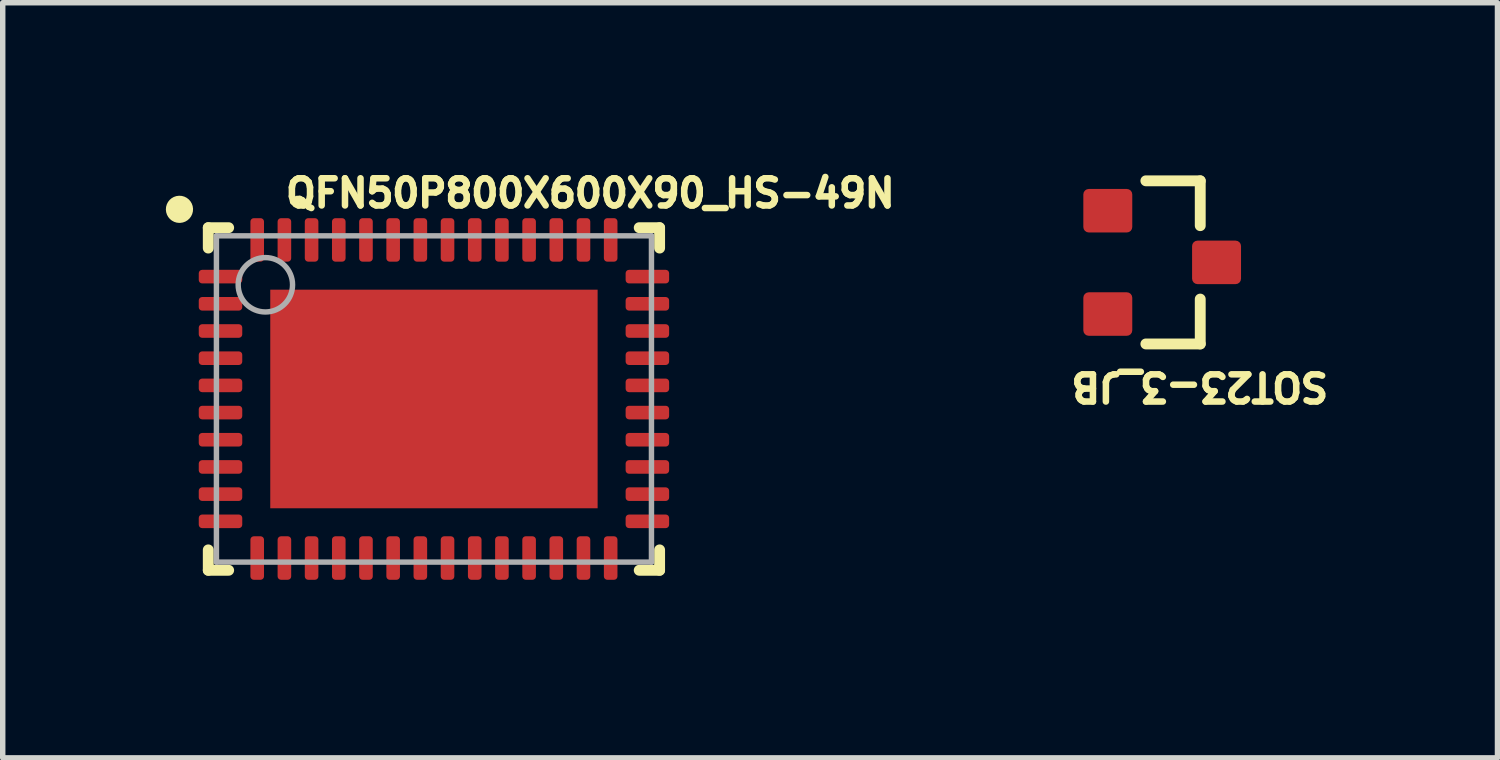
<source format=kicad_pcb>
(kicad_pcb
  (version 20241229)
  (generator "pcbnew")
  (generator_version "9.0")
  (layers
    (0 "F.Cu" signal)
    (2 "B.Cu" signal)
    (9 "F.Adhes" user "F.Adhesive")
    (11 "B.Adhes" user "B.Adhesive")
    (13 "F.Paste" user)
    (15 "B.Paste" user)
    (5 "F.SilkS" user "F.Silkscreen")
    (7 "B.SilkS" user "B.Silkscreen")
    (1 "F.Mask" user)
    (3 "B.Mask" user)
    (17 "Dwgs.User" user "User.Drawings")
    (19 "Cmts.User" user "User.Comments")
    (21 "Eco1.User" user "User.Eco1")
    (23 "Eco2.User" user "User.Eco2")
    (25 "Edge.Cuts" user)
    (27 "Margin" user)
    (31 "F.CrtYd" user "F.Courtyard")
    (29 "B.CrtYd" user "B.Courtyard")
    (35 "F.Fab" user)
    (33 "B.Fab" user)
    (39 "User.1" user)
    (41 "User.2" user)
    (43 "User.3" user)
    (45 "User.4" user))
  (footprint "QFN50P800X600X90_HS-49N"
    (layer "F.Cu")
    (at 4.93 4.287)
    (property "Reference" "QFN50P800X600X90_HS-49N" (at 2.876 -3.784 0) (unlocked yes) (layer "F.SilkS") (effects (font (size 0.5 0.5) (thickness 0.12))))
    (fp_line (start -4.15 -3.15) (end -4.15 -2.775) (stroke (width 0.2) (type solid)) (layer "F.SilkS"))
    (fp_line (start -4.15 -3.15) (end -3.775 -3.15) (stroke (width 0.2) (type solid)) (layer "F.SilkS"))
    (fp_line (start -4.15 2.775) (end -4.15 3.15) (stroke (width 0.2) (type solid)) (layer "F.SilkS"))
    (fp_line (start -4.15 3.15) (end -3.775 3.15) (stroke (width 0.2) (type solid)) (layer "F.SilkS"))
    (fp_line (start 3.775 -3.15) (end 4.15 -3.15) (stroke (width 0.2) (type solid)) (layer "F.SilkS"))
    (fp_line (start 3.775 3.15) (end 4.15 3.15) (stroke (width 0.2) (type solid)) (layer "F.SilkS"))
    (fp_line (start 4.15 -3.15) (end 4.15 -2.775) (stroke (width 0.2) (type solid)) (layer "F.SilkS"))
    (fp_line (start 4.15 2.775) (end 4.15 3.15) (stroke (width 0.2) (type solid)) (layer "F.SilkS"))
    (fp_arc (start -4.67992 -3.36261) (mid -4.683512 -3.612558) (end -4.672738 -3.362816) (stroke (width 0.25) (type solid)) (layer "F.SilkS"))
    (fp_line (start -4 -3) (end -4 3) (stroke (width 0.1) (type solid)) (layer "F.Fab"))
    (fp_line (start -4 -3) (end 4 -3) (stroke (width 0.1) (type solid)) (layer "F.Fab"))
    (fp_line (start -4 3) (end 4 3) (stroke (width 0.1) (type solid)) (layer "F.Fab"))
    (fp_line (start 4 -3) (end 4 3) (stroke (width 0.1) (type solid)) (layer "F.Fab"))
    (fp_circle (center -3.1 -2.1) (end -2.6 -2.1) (stroke (width 0.1) (type solid)) (fill no) (layer "F.Fab"))
    (fp_line (start -4.575 -3.575) (end -4.575 3.575) (stroke (width 0.05) (type solid)) (layer "User.13"))
    (fp_line (start -4.575 -3.575) (end 4.575 -3.575) (stroke (width 0.05) (type solid)) (layer "User.13"))
    (fp_line (start -4.575 3.575) (end 4.575 3.575) (stroke (width 0.05) (type solid)) (layer "User.13"))
    (fp_line (start -0.5 0) (end 0.5 0) (stroke (width 0.1) (type solid)) (layer "User.13"))
    (fp_line (start 0 -0.5) (end 0 0.5) (stroke (width 0.1) (type solid)) (layer "User.13"))
    (fp_line (start 4.575 -3.575) (end 4.575 3.575) (stroke (width 0.05) (type solid)) (layer "User.13"))
    (pad "1" smd roundrect (at -3.925 -2.25 90) (size 0.25 0.8) (layers "F.Cu" "F.Mask" "F.Paste") (roundrect_rratio 0.25))
    (pad "2" smd roundrect (at -3.925 -1.75 90) (size 0.25 0.8) (layers "F.Cu" "F.Mask" "F.Paste") (roundrect_rratio 0.25))
    (pad "3" smd roundrect (at -3.925 -1.25 90) (size 0.25 0.8) (layers "F.Cu" "F.Mask" "F.Paste") (roundrect_rratio 0.25))
    (pad "4" smd roundrect (at -3.925 -0.75 90) (size 0.25 0.8) (layers "F.Cu" "F.Mask" "F.Paste") (roundrect_rratio 0.25))
    (pad "5" smd roundrect (at -3.925 -0.25 90) (size 0.25 0.8) (layers "F.Cu" "F.Mask" "F.Paste") (roundrect_rratio 0.25))
    (pad "6" smd roundrect (at -3.925 0.25 90) (size 0.25 0.8) (layers "F.Cu" "F.Mask" "F.Paste") (roundrect_rratio 0.25))
    (pad "7" smd roundrect (at -3.925 0.75 90) (size 0.25 0.8) (layers "F.Cu" "F.Mask" "F.Paste") (roundrect_rratio 0.25))
    (pad "8" smd roundrect (at -3.925 1.25 90) (size 0.25 0.8) (layers "F.Cu" "F.Mask" "F.Paste") (roundrect_rratio 0.25))
    (pad "9" smd roundrect (at -3.925 1.75 90) (size 0.25 0.8) (layers "F.Cu" "F.Mask" "F.Paste") (roundrect_rratio 0.25))
    (pad "10" smd roundrect (at -3.925 2.25 90) (size 0.25 0.8) (layers "F.Cu" "F.Mask" "F.Paste") (roundrect_rratio 0.25))
    (pad "11" smd roundrect (at -3.25 2.925) (size 0.25 0.8) (layers "F.Cu" "F.Mask" "F.Paste") (roundrect_rratio 0.25))
    (pad "12" smd roundrect (at -2.75 2.925) (size 0.25 0.8) (layers "F.Cu" "F.Mask" "F.Paste") (roundrect_rratio 0.25))
    (pad "13" smd roundrect (at -2.25 2.925) (size 0.25 0.8) (layers "F.Cu" "F.Mask" "F.Paste") (roundrect_rratio 0.25))
    (pad "14" smd roundrect (at -1.75 2.925) (size 0.25 0.8) (layers "F.Cu" "F.Mask" "F.Paste") (roundrect_rratio 0.25))
    (pad "15" smd roundrect (at -1.25 2.925) (size 0.25 0.8) (layers "F.Cu" "F.Mask" "F.Paste") (roundrect_rratio 0.25))
    (pad "16" smd roundrect (at -0.75 2.925) (size 0.25 0.8) (layers "F.Cu" "F.Mask" "F.Paste") (roundrect_rratio 0.25))
    (pad "17" smd roundrect (at -0.25 2.925) (size 0.25 0.8) (layers "F.Cu" "F.Mask" "F.Paste") (roundrect_rratio 0.25))
    (pad "18" smd roundrect (at 0.25 2.925) (size 0.25 0.8) (layers "F.Cu" "F.Mask" "F.Paste") (roundrect_rratio 0.25))
    (pad "19" smd roundrect (at 0.75 2.925) (size 0.25 0.8) (layers "F.Cu" "F.Mask" "F.Paste") (roundrect_rratio 0.25))
    (pad "20" smd roundrect (at 1.25 2.925) (size 0.25 0.8) (layers "F.Cu" "F.Mask" "F.Paste") (roundrect_rratio 0.25))
    (pad "21" smd roundrect (at 1.75 2.925) (size 0.25 0.8) (layers "F.Cu" "F.Mask" "F.Paste") (roundrect_rratio 0.25))
    (pad "22" smd roundrect (at 2.25 2.925) (size 0.25 0.8) (layers "F.Cu" "F.Mask" "F.Paste") (roundrect_rratio 0.25))
    (pad "23" smd roundrect (at 2.75 2.925) (size 0.25 0.8) (layers "F.Cu" "F.Mask" "F.Paste") (roundrect_rratio 0.25))
    (pad "24" smd roundrect (at 3.25 2.925) (size 0.25 0.8) (layers "F.Cu" "F.Mask" "F.Paste") (roundrect_rratio 0.25))
    (pad "25" smd roundrect (at 3.925 2.25 90) (size 0.25 0.8) (layers "F.Cu" "F.Mask" "F.Paste") (roundrect_rratio 0.25))
    (pad "26" smd roundrect (at 3.925 1.75 90) (size 0.25 0.8) (layers "F.Cu" "F.Mask" "F.Paste") (roundrect_rratio 0.25))
    (pad "27" smd roundrect (at 3.925 1.25 90) (size 0.25 0.8) (layers "F.Cu" "F.Mask" "F.Paste") (roundrect_rratio 0.25))
    (pad "28" smd roundrect (at 3.925 0.75 90) (size 0.25 0.8) (layers "F.Cu" "F.Mask" "F.Paste") (roundrect_rratio 0.25))
    (pad "29" smd roundrect (at 3.925 0.25 90) (size 0.25 0.8) (layers "F.Cu" "F.Mask" "F.Paste") (roundrect_rratio 0.25))
    (pad "30" smd roundrect (at 3.925 -0.25 90) (size 0.25 0.8) (layers "F.Cu" "F.Mask" "F.Paste") (roundrect_rratio 0.25))
    (pad "31" smd roundrect (at 3.925 -0.75 90) (size 0.25 0.8) (layers "F.Cu" "F.Mask" "F.Paste") (roundrect_rratio 0.25))
    (pad "32" smd roundrect (at 3.925 -1.25 90) (size 0.25 0.8) (layers "F.Cu" "F.Mask" "F.Paste") (roundrect_rratio 0.25))
    (pad "33" smd roundrect (at 3.925 -1.75 90) (size 0.25 0.8) (layers "F.Cu" "F.Mask" "F.Paste") (roundrect_rratio 0.25))
    (pad "34" smd roundrect (at 3.925 -2.25 90) (size 0.25 0.8) (layers "F.Cu" "F.Mask" "F.Paste") (roundrect_rratio 0.25))
    (pad "35" smd roundrect (at 3.25 -2.925) (size 0.25 0.8) (layers "F.Cu" "F.Mask" "F.Paste") (roundrect_rratio 0.25))
    (pad "36" smd roundrect (at 2.75 -2.925) (size 0.25 0.8) (layers "F.Cu" "F.Mask" "F.Paste") (roundrect_rratio 0.25))
    (pad "37" smd roundrect (at 2.25 -2.925) (size 0.25 0.8) (layers "F.Cu" "F.Mask" "F.Paste") (roundrect_rratio 0.25))
    (pad "38" smd roundrect (at 1.75 -2.925) (size 0.25 0.8) (layers "F.Cu" "F.Mask" "F.Paste") (roundrect_rratio 0.25))
    (pad "39" smd roundrect (at 1.25 -2.925) (size 0.25 0.8) (layers "F.Cu" "F.Mask" "F.Paste") (roundrect_rratio 0.25))
    (pad "40" smd roundrect (at 0.75 -2.925) (size 0.25 0.8) (layers "F.Cu" "F.Mask" "F.Paste") (roundrect_rratio 0.25))
    (pad "41" smd roundrect (at 0.25 -2.925) (size 0.25 0.8) (layers "F.Cu" "F.Mask" "F.Paste") (roundrect_rratio 0.25))
    (pad "42" smd roundrect (at -0.25 -2.925) (size 0.25 0.8) (layers "F.Cu" "F.Mask" "F.Paste") (roundrect_rratio 0.25))
    (pad "43" smd roundrect (at -0.75 -2.925) (size 0.25 0.8) (layers "F.Cu" "F.Mask" "F.Paste") (roundrect_rratio 0.25))
    (pad "44" smd roundrect (at -1.25 -2.925) (size 0.25 0.8) (layers "F.Cu" "F.Mask" "F.Paste") (roundrect_rratio 0.25))
    (pad "45" smd roundrect (at -1.75 -2.925) (size 0.25 0.8) (layers "F.Cu" "F.Mask" "F.Paste") (roundrect_rratio 0.25))
    (pad "46" smd roundrect (at -2.25 -2.925) (size 0.25 0.8) (layers "F.Cu" "F.Mask" "F.Paste") (roundrect_rratio 0.25))
    (pad "47" smd roundrect (at -2.75 -2.925) (size 0.25 0.8) (layers "F.Cu" "F.Mask" "F.Paste") (roundrect_rratio 0.25))
    (pad "48" smd roundrect (at -3.25 -2.925) (size 0.25 0.8) (layers "F.Cu" "F.Mask" "F.Paste") (roundrect_rratio 0.25))
    (pad "49" smd rect (at 0 0) (size 6.02 4.02) (layers "F.Cu" "F.Mask" "F.Paste")))
  (footprint "SOT23-3_JB"
    (layer "F.Cu")
    (at 18.322 1.775)
    (property "Reference" "SOT23-3_JB" (at 0.691 2.284 180) (unlocked yes) (layer "F.SilkS") (effects (font (size 0.5 0.5) (thickness 0.12))))
    (fp_line (start 0.7 -1.5) (end -0.3 -1.5) (stroke (width 0.2) (type solid)) (layer "F.SilkS"))
    (fp_line (start 0.7 -1.5) (end 0.7 -0.675) (stroke (width 0.2) (type solid)) (layer "F.SilkS"))
    (fp_line (start 0.7 0.675) (end 0.7 1.5) (stroke (width 0.2) (type solid)) (layer "F.SilkS"))
    (fp_line (start 0.7 1.5) (end -0.3 1.5) (stroke (width 0.2) (type solid)) (layer "F.SilkS"))
    (fp_line (start 0 -0.5) (end 0 0.5) (stroke (width 0.1) (type solid)) (layer "User.2"))
    (fp_line (start 0.5 0) (end -0.5 0) (stroke (width 0.1) (type solid)) (layer "User.2"))
    (fp_line (start -0.7 -1.5) (end -0.7 1.5) (stroke (width 0.1) (type solid)) (layer "User.4"))
    (fp_line (start 0.7 -1.5) (end -0.7 -1.5) (stroke (width 0.1) (type solid)) (layer "User.4"))
    (fp_line (start 0.7 -1.5) (end 0.7 1.5) (stroke (width 0.1) (type solid)) (layer "User.4"))
    (fp_line (start 0.7 1.5) (end -0.7 1.5) (stroke (width 0.1) (type solid)) (layer "User.4"))
    (fp_poly (pts (xy -1.397 -1.27) (xy -0.635 -1.27) (xy -0.635 -0.635) (xy -1.397 -0.635)) (stroke (width 0.1) (type default)) (fill no) (layer "User.6"))
    (fp_line (start -1.778 -1.75) (end -1.778 1.75) (stroke (width 0.05) (type solid)) (layer "User.13"))
    (fp_line (start 1.778 -1.75) (end -1.778 -1.75) (stroke (width 0.05) (type solid)) (layer "User.13"))
    (fp_line (start 1.778 -1.75) (end 1.778 1.75) (stroke (width 0.05) (type solid)) (layer "User.13"))
    (fp_line (start 1.778 1.75) (end -1.778 1.75) (stroke (width 0.05) (type solid)) (layer "User.13"))
    (pad "1" smd roundrect (at -1 -0.95 90) (size 0.8 0.9) (layers "F.Cu" "F.Mask" "F.Paste") (roundrect_rratio 0.125))
    (pad "2" smd roundrect (at -1 0.95 90) (size 0.8 0.9) (layers "F.Cu" "F.Mask" "F.Paste") (roundrect_rratio 0.125))
    (pad "3" smd roundrect (at 1 0 90) (size 0.8 0.9) (layers "F.Cu" "F.Mask" "F.Paste") (roundrect_rratio 0.125)))
  (gr_rect
    (start -3 -3)
    (end 24.488 10.887)
    (stroke (width 0.1) (type default))
    (fill no)
    (layer "Edge.Cuts")))
</source>
